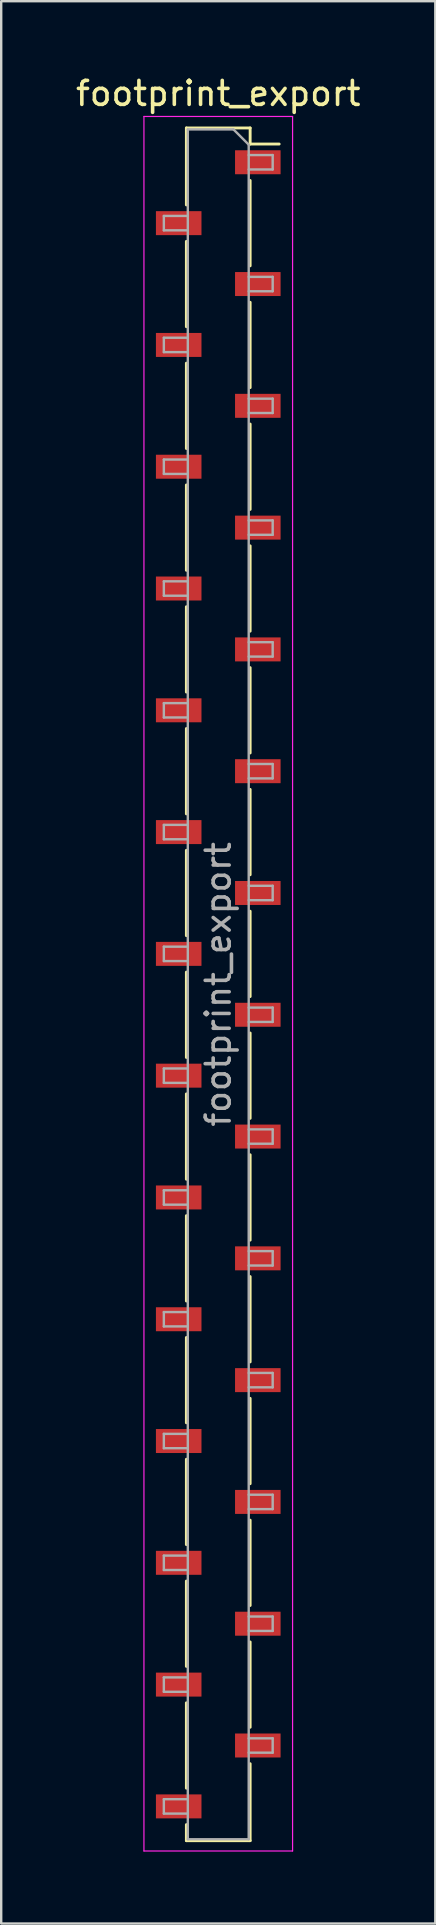
<source format=kicad_pcb>
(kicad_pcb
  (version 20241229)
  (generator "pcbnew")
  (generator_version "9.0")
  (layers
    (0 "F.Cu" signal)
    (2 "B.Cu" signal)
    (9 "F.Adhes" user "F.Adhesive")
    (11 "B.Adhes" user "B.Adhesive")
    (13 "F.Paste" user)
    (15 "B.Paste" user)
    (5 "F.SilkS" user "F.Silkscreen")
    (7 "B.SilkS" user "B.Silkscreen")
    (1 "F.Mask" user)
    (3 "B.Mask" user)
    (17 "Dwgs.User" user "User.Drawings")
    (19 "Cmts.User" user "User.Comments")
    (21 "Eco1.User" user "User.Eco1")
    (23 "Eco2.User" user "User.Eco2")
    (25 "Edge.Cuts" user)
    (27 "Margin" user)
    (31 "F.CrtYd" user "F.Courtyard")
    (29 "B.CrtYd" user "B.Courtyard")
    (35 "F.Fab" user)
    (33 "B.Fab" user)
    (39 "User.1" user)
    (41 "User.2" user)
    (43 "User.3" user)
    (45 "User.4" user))
  (footprint "footprint_export"
    (layer "F.Cu")
    (at 6.054 38.008)
    (property "Reference" "footprint_export" (at 0 -37.16 0) (layer "F.SilkS") (effects (font (size 1 1) (thickness 0.15))))
    (attr smd)
    (fp_line (start -1.33 -35.72) (end -1.33 -32.51) (stroke (width 0.12) (type solid)) (layer "F.SilkS"))
    (fp_line (start -1.33 -35.72) (end 1.33 -35.72) (stroke (width 0.12) (type solid)) (layer "F.SilkS"))
    (fp_line (start -1.33 -30.99) (end -1.33 -27.43) (stroke (width 0.12) (type solid)) (layer "F.SilkS"))
    (fp_line (start -1.33 -25.91) (end -1.33 -22.35) (stroke (width 0.12) (type solid)) (layer "F.SilkS"))
    (fp_line (start -1.33 -20.83) (end -1.33 -17.27) (stroke (width 0.12) (type solid)) (layer "F.SilkS"))
    (fp_line (start -1.33 -15.75) (end -1.33 -12.19) (stroke (width 0.12) (type solid)) (layer "F.SilkS"))
    (fp_line (start -1.33 -10.67) (end -1.33 -7.11) (stroke (width 0.12) (type solid)) (layer "F.SilkS"))
    (fp_line (start -1.33 -5.59) (end -1.33 -2.03) (stroke (width 0.12) (type solid)) (layer "F.SilkS"))
    (fp_line (start -1.33 -0.51) (end -1.33 3.05) (stroke (width 0.12) (type solid)) (layer "F.SilkS"))
    (fp_line (start -1.33 4.57) (end -1.33 8.13) (stroke (width 0.12) (type solid)) (layer "F.SilkS"))
    (fp_line (start -1.33 9.65) (end -1.33 13.21) (stroke (width 0.12) (type solid)) (layer "F.SilkS"))
    (fp_line (start -1.33 14.73) (end -1.33 18.29) (stroke (width 0.12) (type solid)) (layer "F.SilkS"))
    (fp_line (start -1.33 19.81) (end -1.33 23.37) (stroke (width 0.12) (type solid)) (layer "F.SilkS"))
    (fp_line (start -1.33 24.89) (end -1.33 28.45) (stroke (width 0.12) (type solid)) (layer "F.SilkS"))
    (fp_line (start -1.33 29.97) (end -1.33 33.53) (stroke (width 0.12) (type solid)) (layer "F.SilkS"))
    (fp_line (start -1.33 35.05) (end -1.33 35.72) (stroke (width 0.12) (type solid)) (layer "F.SilkS"))
    (fp_line (start -1.33 35.72) (end 1.33 35.72) (stroke (width 0.12) (type solid)) (layer "F.SilkS"))
    (fp_line (start 1.33 -35.72) (end 1.33 -35.05) (stroke (width 0.12) (type solid)) (layer "F.SilkS"))
    (fp_line (start 1.33 -35.05) (end 2.54 -35.05) (stroke (width 0.12) (type solid)) (layer "F.SilkS"))
    (fp_line (start 1.33 -33.53) (end 1.33 -29.97) (stroke (width 0.12) (type solid)) (layer "F.SilkS"))
    (fp_line (start 1.33 -28.45) (end 1.33 -24.89) (stroke (width 0.12) (type solid)) (layer "F.SilkS"))
    (fp_line (start 1.33 -23.37) (end 1.33 -19.81) (stroke (width 0.12) (type solid)) (layer "F.SilkS"))
    (fp_line (start 1.33 -18.29) (end 1.33 -14.73) (stroke (width 0.12) (type solid)) (layer "F.SilkS"))
    (fp_line (start 1.33 -13.21) (end 1.33 -9.65) (stroke (width 0.12) (type solid)) (layer "F.SilkS"))
    (fp_line (start 1.33 -8.13) (end 1.33 -4.57) (stroke (width 0.12) (type solid)) (layer "F.SilkS"))
    (fp_line (start 1.33 -3.05) (end 1.33 0.51) (stroke (width 0.12) (type solid)) (layer "F.SilkS"))
    (fp_line (start 1.33 2.03) (end 1.33 5.59) (stroke (width 0.12) (type solid)) (layer "F.SilkS"))
    (fp_line (start 1.33 7.11) (end 1.33 10.67) (stroke (width 0.12) (type solid)) (layer "F.SilkS"))
    (fp_line (start 1.33 12.19) (end 1.33 15.75) (stroke (width 0.12) (type solid)) (layer "F.SilkS"))
    (fp_line (start 1.33 17.27) (end 1.33 20.83) (stroke (width 0.12) (type solid)) (layer "F.SilkS"))
    (fp_line (start 1.33 22.35) (end 1.33 25.91) (stroke (width 0.12) (type solid)) (layer "F.SilkS"))
    (fp_line (start 1.33 27.43) (end 1.33 30.99) (stroke (width 0.12) (type solid)) (layer "F.SilkS"))
    (fp_line (start 1.33 32.51) (end 1.33 35.72) (stroke (width 0.12) (type solid)) (layer "F.SilkS"))
    (fp_line (start -3.1 -36.2) (end 3.1 -36.2) (stroke (width 0.05) (type solid)) (layer "F.CrtYd"))
    (fp_line (start -3.1 36.15) (end -3.1 -36.2) (stroke (width 0.05) (type solid)) (layer "F.CrtYd"))
    (fp_line (start 3.1 -36.2) (end 3.1 36.15) (stroke (width 0.05) (type solid)) (layer "F.CrtYd"))
    (fp_line (start 3.1 36.15) (end -3.1 36.15) (stroke (width 0.05) (type solid)) (layer "F.CrtYd"))
    (fp_line (start -2.27 -32.05) (end -1.27 -32.05) (stroke (width 0.1) (type solid)) (layer "F.Fab"))
    (fp_line (start -2.27 -31.45) (end -2.27 -32.05) (stroke (width 0.1) (type solid)) (layer "F.Fab"))
    (fp_line (start -2.27 -26.97) (end -1.27 -26.97) (stroke (width 0.1) (type solid)) (layer "F.Fab"))
    (fp_line (start -2.27 -26.37) (end -2.27 -26.97) (stroke (width 0.1) (type solid)) (layer "F.Fab"))
    (fp_line (start -2.27 -21.89) (end -1.27 -21.89) (stroke (width 0.1) (type solid)) (layer "F.Fab"))
    (fp_line (start -2.27 -21.29) (end -2.27 -21.89) (stroke (width 0.1) (type solid)) (layer "F.Fab"))
    (fp_line (start -2.27 -16.81) (end -1.27 -16.81) (stroke (width 0.1) (type solid)) (layer "F.Fab"))
    (fp_line (start -2.27 -16.21) (end -2.27 -16.81) (stroke (width 0.1) (type solid)) (layer "F.Fab"))
    (fp_line (start -2.27 -11.73) (end -1.27 -11.73) (stroke (width 0.1) (type solid)) (layer "F.Fab"))
    (fp_line (start -2.27 -11.13) (end -2.27 -11.73) (stroke (width 0.1) (type solid)) (layer "F.Fab"))
    (fp_line (start -2.27 -6.65) (end -1.27 -6.65) (stroke (width 0.1) (type solid)) (layer "F.Fab"))
    (fp_line (start -2.27 -6.05) (end -2.27 -6.65) (stroke (width 0.1) (type solid)) (layer "F.Fab"))
    (fp_line (start -2.27 -1.57) (end -1.27 -1.57) (stroke (width 0.1) (type solid)) (layer "F.Fab"))
    (fp_line (start -2.27 -0.97) (end -2.27 -1.57) (stroke (width 0.1) (type solid)) (layer "F.Fab"))
    (fp_line (start -2.27 3.51) (end -1.27 3.51) (stroke (width 0.1) (type solid)) (layer "F.Fab"))
    (fp_line (start -2.27 4.11) (end -2.27 3.51) (stroke (width 0.1) (type solid)) (layer "F.Fab"))
    (fp_line (start -2.27 8.59) (end -1.27 8.59) (stroke (width 0.1) (type solid)) (layer "F.Fab"))
    (fp_line (start -2.27 9.19) (end -2.27 8.59) (stroke (width 0.1) (type solid)) (layer "F.Fab"))
    (fp_line (start -2.27 13.67) (end -1.27 13.67) (stroke (width 0.1) (type solid)) (layer "F.Fab"))
    (fp_line (start -2.27 14.27) (end -2.27 13.67) (stroke (width 0.1) (type solid)) (layer "F.Fab"))
    (fp_line (start -2.27 18.75) (end -1.27 18.75) (stroke (width 0.1) (type solid)) (layer "F.Fab"))
    (fp_line (start -2.27 19.35) (end -2.27 18.75) (stroke (width 0.1) (type solid)) (layer "F.Fab"))
    (fp_line (start -2.27 23.83) (end -1.27 23.83) (stroke (width 0.1) (type solid)) (layer "F.Fab"))
    (fp_line (start -2.27 24.43) (end -2.27 23.83) (stroke (width 0.1) (type solid)) (layer "F.Fab"))
    (fp_line (start -2.27 28.91) (end -1.27 28.91) (stroke (width 0.1) (type solid)) (layer "F.Fab"))
    (fp_line (start -2.27 29.51) (end -2.27 28.91) (stroke (width 0.1) (type solid)) (layer "F.Fab"))
    (fp_line (start -2.27 33.99) (end -1.27 33.99) (stroke (width 0.1) (type solid)) (layer "F.Fab"))
    (fp_line (start -2.27 34.59) (end -2.27 33.99) (stroke (width 0.1) (type solid)) (layer "F.Fab"))
    (fp_line (start -1.27 -35.66) (end 0.635 -35.66) (stroke (width 0.1) (type solid)) (layer "F.Fab"))
    (fp_line (start -1.27 -31.45) (end -2.27 -31.45) (stroke (width 0.1) (type solid)) (layer "F.Fab"))
    (fp_line (start -1.27 -26.37) (end -2.27 -26.37) (stroke (width 0.1) (type solid)) (layer "F.Fab"))
    (fp_line (start -1.27 -21.29) (end -2.27 -21.29) (stroke (width 0.1) (type solid)) (layer "F.Fab"))
    (fp_line (start -1.27 -16.21) (end -2.27 -16.21) (stroke (width 0.1) (type solid)) (layer "F.Fab"))
    (fp_line (start -1.27 -11.13) (end -2.27 -11.13) (stroke (width 0.1) (type solid)) (layer "F.Fab"))
    (fp_line (start -1.27 -6.05) (end -2.27 -6.05) (stroke (width 0.1) (type solid)) (layer "F.Fab"))
    (fp_line (start -1.27 -0.97) (end -2.27 -0.97) (stroke (width 0.1) (type solid)) (layer "F.Fab"))
    (fp_line (start -1.27 4.11) (end -2.27 4.11) (stroke (width 0.1) (type solid)) (layer "F.Fab"))
    (fp_line (start -1.27 9.19) (end -2.27 9.19) (stroke (width 0.1) (type solid)) (layer "F.Fab"))
    (fp_line (start -1.27 14.27) (end -2.27 14.27) (stroke (width 0.1) (type solid)) (layer "F.Fab"))
    (fp_line (start -1.27 19.35) (end -2.27 19.35) (stroke (width 0.1) (type solid)) (layer "F.Fab"))
    (fp_line (start -1.27 24.43) (end -2.27 24.43) (stroke (width 0.1) (type solid)) (layer "F.Fab"))
    (fp_line (start -1.27 29.51) (end -2.27 29.51) (stroke (width 0.1) (type solid)) (layer "F.Fab"))
    (fp_line (start -1.27 34.59) (end -2.27 34.59) (stroke (width 0.1) (type solid)) (layer "F.Fab"))
    (fp_line (start -1.27 35.66) (end -1.27 -35.66) (stroke (width 0.1) (type solid)) (layer "F.Fab"))
    (fp_line (start 0.635 -35.66) (end 1.27 -35.025) (stroke (width 0.1) (type solid)) (layer "F.Fab"))
    (fp_line (start 1.27 -35.025) (end 1.27 35.66) (stroke (width 0.1) (type solid)) (layer "F.Fab"))
    (fp_line (start 1.27 -34.59) (end 2.27 -34.59) (stroke (width 0.1) (type solid)) (layer "F.Fab"))
    (fp_line (start 1.27 -29.51) (end 2.27 -29.51) (stroke (width 0.1) (type solid)) (layer "F.Fab"))
    (fp_line (start 1.27 -24.43) (end 2.27 -24.43) (stroke (width 0.1) (type solid)) (layer "F.Fab"))
    (fp_line (start 1.27 -19.35) (end 2.27 -19.35) (stroke (width 0.1) (type solid)) (layer "F.Fab"))
    (fp_line (start 1.27 -14.27) (end 2.27 -14.27) (stroke (width 0.1) (type solid)) (layer "F.Fab"))
    (fp_line (start 1.27 -9.19) (end 2.27 -9.19) (stroke (width 0.1) (type solid)) (layer "F.Fab"))
    (fp_line (start 1.27 -4.11) (end 2.27 -4.11) (stroke (width 0.1) (type solid)) (layer "F.Fab"))
    (fp_line (start 1.27 0.97) (end 2.27 0.97) (stroke (width 0.1) (type solid)) (layer "F.Fab"))
    (fp_line (start 1.27 6.05) (end 2.27 6.05) (stroke (width 0.1) (type solid)) (layer "F.Fab"))
    (fp_line (start 1.27 11.13) (end 2.27 11.13) (stroke (width 0.1) (type solid)) (layer "F.Fab"))
    (fp_line (start 1.27 16.21) (end 2.27 16.21) (stroke (width 0.1) (type solid)) (layer "F.Fab"))
    (fp_line (start 1.27 21.29) (end 2.27 21.29) (stroke (width 0.1) (type solid)) (layer "F.Fab"))
    (fp_line (start 1.27 26.37) (end 2.27 26.37) (stroke (width 0.1) (type solid)) (layer "F.Fab"))
    (fp_line (start 1.27 31.45) (end 2.27 31.45) (stroke (width 0.1) (type solid)) (layer "F.Fab"))
    (fp_line (start 1.27 35.66) (end -1.27 35.66) (stroke (width 0.1) (type solid)) (layer "F.Fab"))
    (fp_line (start 2.27 -34.59) (end 2.27 -33.99) (stroke (width 0.1) (type solid)) (layer "F.Fab"))
    (fp_line (start 2.27 -33.99) (end 1.27 -33.99) (stroke (width 0.1) (type solid)) (layer "F.Fab"))
    (fp_line (start 2.27 -29.51) (end 2.27 -28.91) (stroke (width 0.1) (type solid)) (layer "F.Fab"))
    (fp_line (start 2.27 -28.91) (end 1.27 -28.91) (stroke (width 0.1) (type solid)) (layer "F.Fab"))
    (fp_line (start 2.27 -24.43) (end 2.27 -23.83) (stroke (width 0.1) (type solid)) (layer "F.Fab"))
    (fp_line (start 2.27 -23.83) (end 1.27 -23.83) (stroke (width 0.1) (type solid)) (layer "F.Fab"))
    (fp_line (start 2.27 -19.35) (end 2.27 -18.75) (stroke (width 0.1) (type solid)) (layer "F.Fab"))
    (fp_line (start 2.27 -18.75) (end 1.27 -18.75) (stroke (width 0.1) (type solid)) (layer "F.Fab"))
    (fp_line (start 2.27 -14.27) (end 2.27 -13.67) (stroke (width 0.1) (type solid)) (layer "F.Fab"))
    (fp_line (start 2.27 -13.67) (end 1.27 -13.67) (stroke (width 0.1) (type solid)) (layer "F.Fab"))
    (fp_line (start 2.27 -9.19) (end 2.27 -8.59) (stroke (width 0.1) (type solid)) (layer "F.Fab"))
    (fp_line (start 2.27 -8.59) (end 1.27 -8.59) (stroke (width 0.1) (type solid)) (layer "F.Fab"))
    (fp_line (start 2.27 -4.11) (end 2.27 -3.51) (stroke (width 0.1) (type solid)) (layer "F.Fab"))
    (fp_line (start 2.27 -3.51) (end 1.27 -3.51) (stroke (width 0.1) (type solid)) (layer "F.Fab"))
    (fp_line (start 2.27 0.97) (end 2.27 1.57) (stroke (width 0.1) (type solid)) (layer "F.Fab"))
    (fp_line (start 2.27 1.57) (end 1.27 1.57) (stroke (width 0.1) (type solid)) (layer "F.Fab"))
    (fp_line (start 2.27 6.05) (end 2.27 6.65) (stroke (width 0.1) (type solid)) (layer "F.Fab"))
    (fp_line (start 2.27 6.65) (end 1.27 6.65) (stroke (width 0.1) (type solid)) (layer "F.Fab"))
    (fp_line (start 2.27 11.13) (end 2.27 11.73) (stroke (width 0.1) (type solid)) (layer "F.Fab"))
    (fp_line (start 2.27 11.73) (end 1.27 11.73) (stroke (width 0.1) (type solid)) (layer "F.Fab"))
    (fp_line (start 2.27 16.21) (end 2.27 16.81) (stroke (width 0.1) (type solid)) (layer "F.Fab"))
    (fp_line (start 2.27 16.81) (end 1.27 16.81) (stroke (width 0.1) (type solid)) (layer "F.Fab"))
    (fp_line (start 2.27 21.29) (end 2.27 21.89) (stroke (width 0.1) (type solid)) (layer "F.Fab"))
    (fp_line (start 2.27 21.89) (end 1.27 21.89) (stroke (width 0.1) (type solid)) (layer "F.Fab"))
    (fp_line (start 2.27 26.37) (end 2.27 26.97) (stroke (width 0.1) (type solid)) (layer "F.Fab"))
    (fp_line (start 2.27 26.97) (end 1.27 26.97) (stroke (width 0.1) (type solid)) (layer "F.Fab"))
    (fp_line (start 2.27 31.45) (end 2.27 32.05) (stroke (width 0.1) (type solid)) (layer "F.Fab"))
    (fp_line (start 2.27 32.05) (end 1.27 32.05) (stroke (width 0.1) (type solid)) (layer "F.Fab"))
    (fp_text user "${REFERENCE}" (at 0 0 90) (layer "F.Fab") (effects (font (size 1 1) (thickness 0.15))))
    (pad "1" smd rect (at 1.65 -34.29) (size 1.9 1) (layers "F.Cu" "F.Mask" "F.Paste"))
    (pad "2" smd rect (at -1.65 -31.75) (size 1.9 1) (layers "F.Cu" "F.Mask" "F.Paste"))
    (pad "3" smd rect (at 1.65 -29.21) (size 1.9 1) (layers "F.Cu" "F.Mask" "F.Paste"))
    (pad "4" smd rect (at -1.65 -26.67) (size 1.9 1) (layers "F.Cu" "F.Mask" "F.Paste"))
    (pad "5" smd rect (at 1.65 -24.13) (size 1.9 1) (layers "F.Cu" "F.Mask" "F.Paste"))
    (pad "6" smd rect (at -1.65 -21.59) (size 1.9 1) (layers "F.Cu" "F.Mask" "F.Paste"))
    (pad "7" smd rect (at 1.65 -19.05) (size 1.9 1) (layers "F.Cu" "F.Mask" "F.Paste"))
    (pad "8" smd rect (at -1.65 -16.51) (size 1.9 1) (layers "F.Cu" "F.Mask" "F.Paste"))
    (pad "9" smd rect (at 1.65 -13.97) (size 1.9 1) (layers "F.Cu" "F.Mask" "F.Paste"))
    (pad "10" smd rect (at -1.65 -11.43) (size 1.9 1) (layers "F.Cu" "F.Mask" "F.Paste"))
    (pad "11" smd rect (at 1.65 -8.89) (size 1.9 1) (layers "F.Cu" "F.Mask" "F.Paste"))
    (pad "12" smd rect (at -1.65 -6.35) (size 1.9 1) (layers "F.Cu" "F.Mask" "F.Paste"))
    (pad "13" smd rect (at 1.65 -3.81) (size 1.9 1) (layers "F.Cu" "F.Mask" "F.Paste"))
    (pad "14" smd rect (at -1.65 -1.27) (size 1.9 1) (layers "F.Cu" "F.Mask" "F.Paste"))
    (pad "15" smd rect (at 1.65 1.27) (size 1.9 1) (layers "F.Cu" "F.Mask" "F.Paste"))
    (pad "16" smd rect (at -1.65 3.81) (size 1.9 1) (layers "F.Cu" "F.Mask" "F.Paste"))
    (pad "17" smd rect (at 1.65 6.35) (size 1.9 1) (layers "F.Cu" "F.Mask" "F.Paste"))
    (pad "18" smd rect (at -1.65 8.89) (size 1.9 1) (layers "F.Cu" "F.Mask" "F.Paste"))
    (pad "19" smd rect (at 1.65 11.43) (size 1.9 1) (layers "F.Cu" "F.Mask" "F.Paste"))
    (pad "20" smd rect (at -1.65 13.97) (size 1.9 1) (layers "F.Cu" "F.Mask" "F.Paste"))
    (pad "21" smd rect (at 1.65 16.51) (size 1.9 1) (layers "F.Cu" "F.Mask" "F.Paste"))
    (pad "22" smd rect (at -1.65 19.05) (size 1.9 1) (layers "F.Cu" "F.Mask" "F.Paste"))
    (pad "23" smd rect (at 1.65 21.59) (size 1.9 1) (layers "F.Cu" "F.Mask" "F.Paste"))
    (pad "24" smd rect (at -1.65 24.13) (size 1.9 1) (layers "F.Cu" "F.Mask" "F.Paste"))
    (pad "25" smd rect (at 1.65 26.67) (size 1.9 1) (layers "F.Cu" "F.Mask" "F.Paste"))
    (pad "26" smd rect (at -1.65 29.21) (size 1.9 1) (layers "F.Cu" "F.Mask" "F.Paste"))
    (pad "27" smd rect (at 1.65 31.75) (size 1.9 1) (layers "F.Cu" "F.Mask" "F.Paste"))
    (pad "28" smd rect (at -1.65 34.29) (size 1.9 1) (layers "F.Cu" "F.Mask" "F.Paste")))
  (gr_rect
    (start -3 -3)
    (end 15.107 77.183)
    (stroke (width 0.1) (type default))
    (fill no)
    (layer "Edge.Cuts")))
</source>
